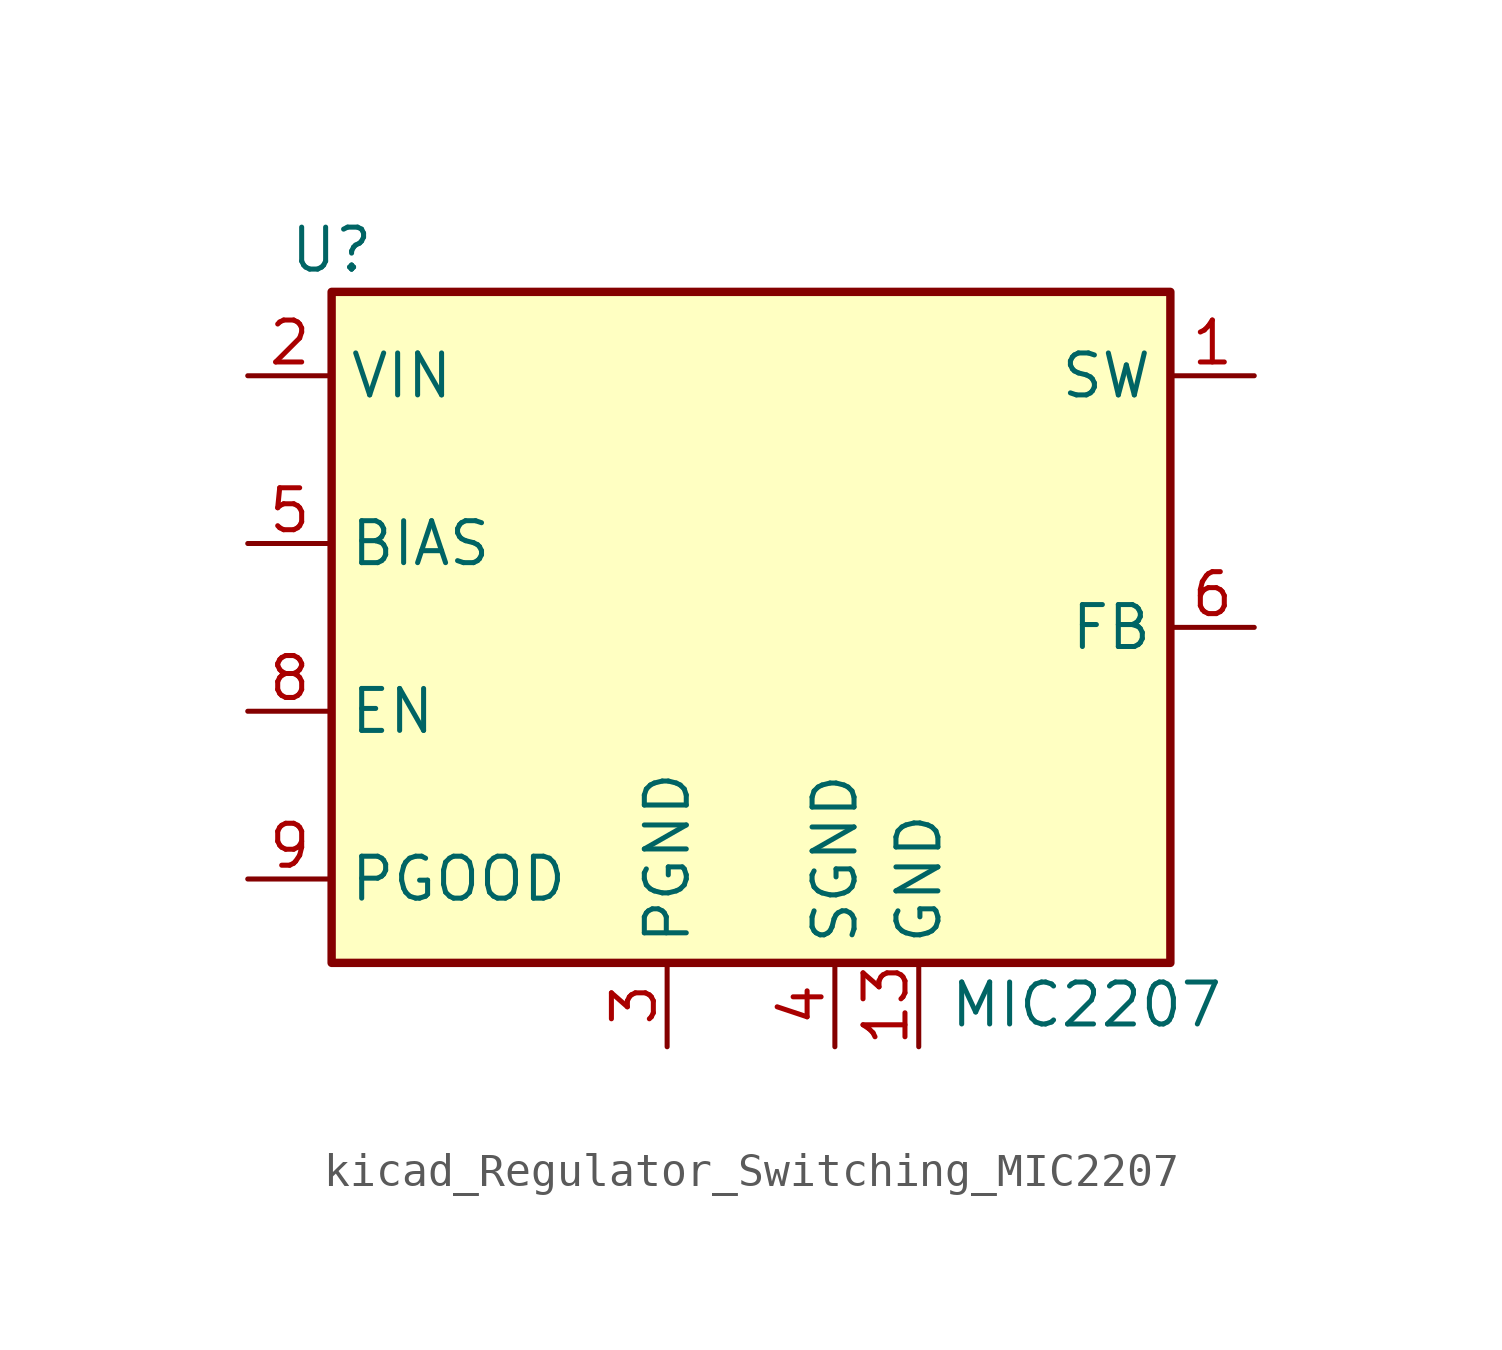
<source format=kicad_sym>
(kicad_symbol_lib
  (version 20220914)
  (generator kicad_symbol_editor)
  (symbol "kicad_Regulator_Switching_MIC2207"
    (property "Reference" "U"
      (at -12.7 11.43 0)
      (effects (font (size 1.27 1.27))))
    (property "Value" "MIC2207"
      (at 10.16 -11.43 0)
      (effects (font (size 1.27 1.27))))
    (symbol "kicad_Regulator_Switching_MIC2207_0_1"
      (rectangle (start -12.7 10.16) (end 12.7 -10.16) (stroke (width 0.254) (type default)) (fill (type background))))
    (symbol "kicad_Regulator_Switching_MIC2207_1_1"
      (pin power_out line (at 15.24 7.62 180) (length 2.54) (name "SW" (effects (font (size 1.27 1.27)))) (number "1" (effects (font (size 1.27 1.27)))))
      (pin passive line (at -2.54 -12.7 90) (length 2.54) hide (name "PGND" (effects (font (size 1.27 1.27)))) (number "10" (effects (font (size 1.27 1.27)))))
      (pin passive line (at -15.24 7.62 0) (length 2.54) hide (name "VIN" (effects (font (size 1.27 1.27)))) (number "11" (effects (font (size 1.27 1.27)))))
      (pin passive line (at 15.24 7.62 180) (length 2.54) hide (name "SW" (effects (font (size 1.27 1.27)))) (number "12" (effects (font (size 1.27 1.27)))))
      (pin power_in line (at 5.08 -12.7 90) (length 2.54) (name "GND" (effects (font (size 1.27 1.27)))) (number "13" (effects (font (size 1.27 1.27)))))
      (pin power_in line (at -15.24 7.62 0) (length 2.54) (name "VIN" (effects (font (size 1.27 1.27)))) (number "2" (effects (font (size 1.27 1.27)))))
      (pin power_in line (at -2.54 -12.7 90) (length 2.54) (name "PGND" (effects (font (size 1.27 1.27)))) (number "3" (effects (font (size 1.27 1.27)))))
      (pin power_in line (at 2.54 -12.7 90) (length 2.54) (name "SGND" (effects (font (size 1.27 1.27)))) (number "4" (effects (font (size 1.27 1.27)))))
      (pin passive line (at -15.24 2.54 0) (length 2.54) (name "BIAS" (effects (font (size 1.27 1.27)))) (number "5" (effects (font (size 1.27 1.27)))))
      (pin input line (at 15.24 0 180) (length 2.54) (name "FB" (effects (font (size 1.27 1.27)))) (number "6" (effects (font (size 1.27 1.27)))))
      (pin no_connect line (at 12.7 -2.54 180) (length 2.54) hide (name "NC" (effects (font (size 1.27 1.27)))) (number "7" (effects (font (size 1.27 1.27)))))
      (pin input line (at -15.24 -2.54 0) (length 2.54) (name "EN" (effects (font (size 1.27 1.27)))) (number "8" (effects (font (size 1.27 1.27)))))
      (pin open_collector line (at -15.24 -7.62 0) (length 2.54) (name "PGOOD" (effects (font (size 1.27 1.27)))) (number "9" (effects (font (size 1.27 1.27))))))))
</source>
